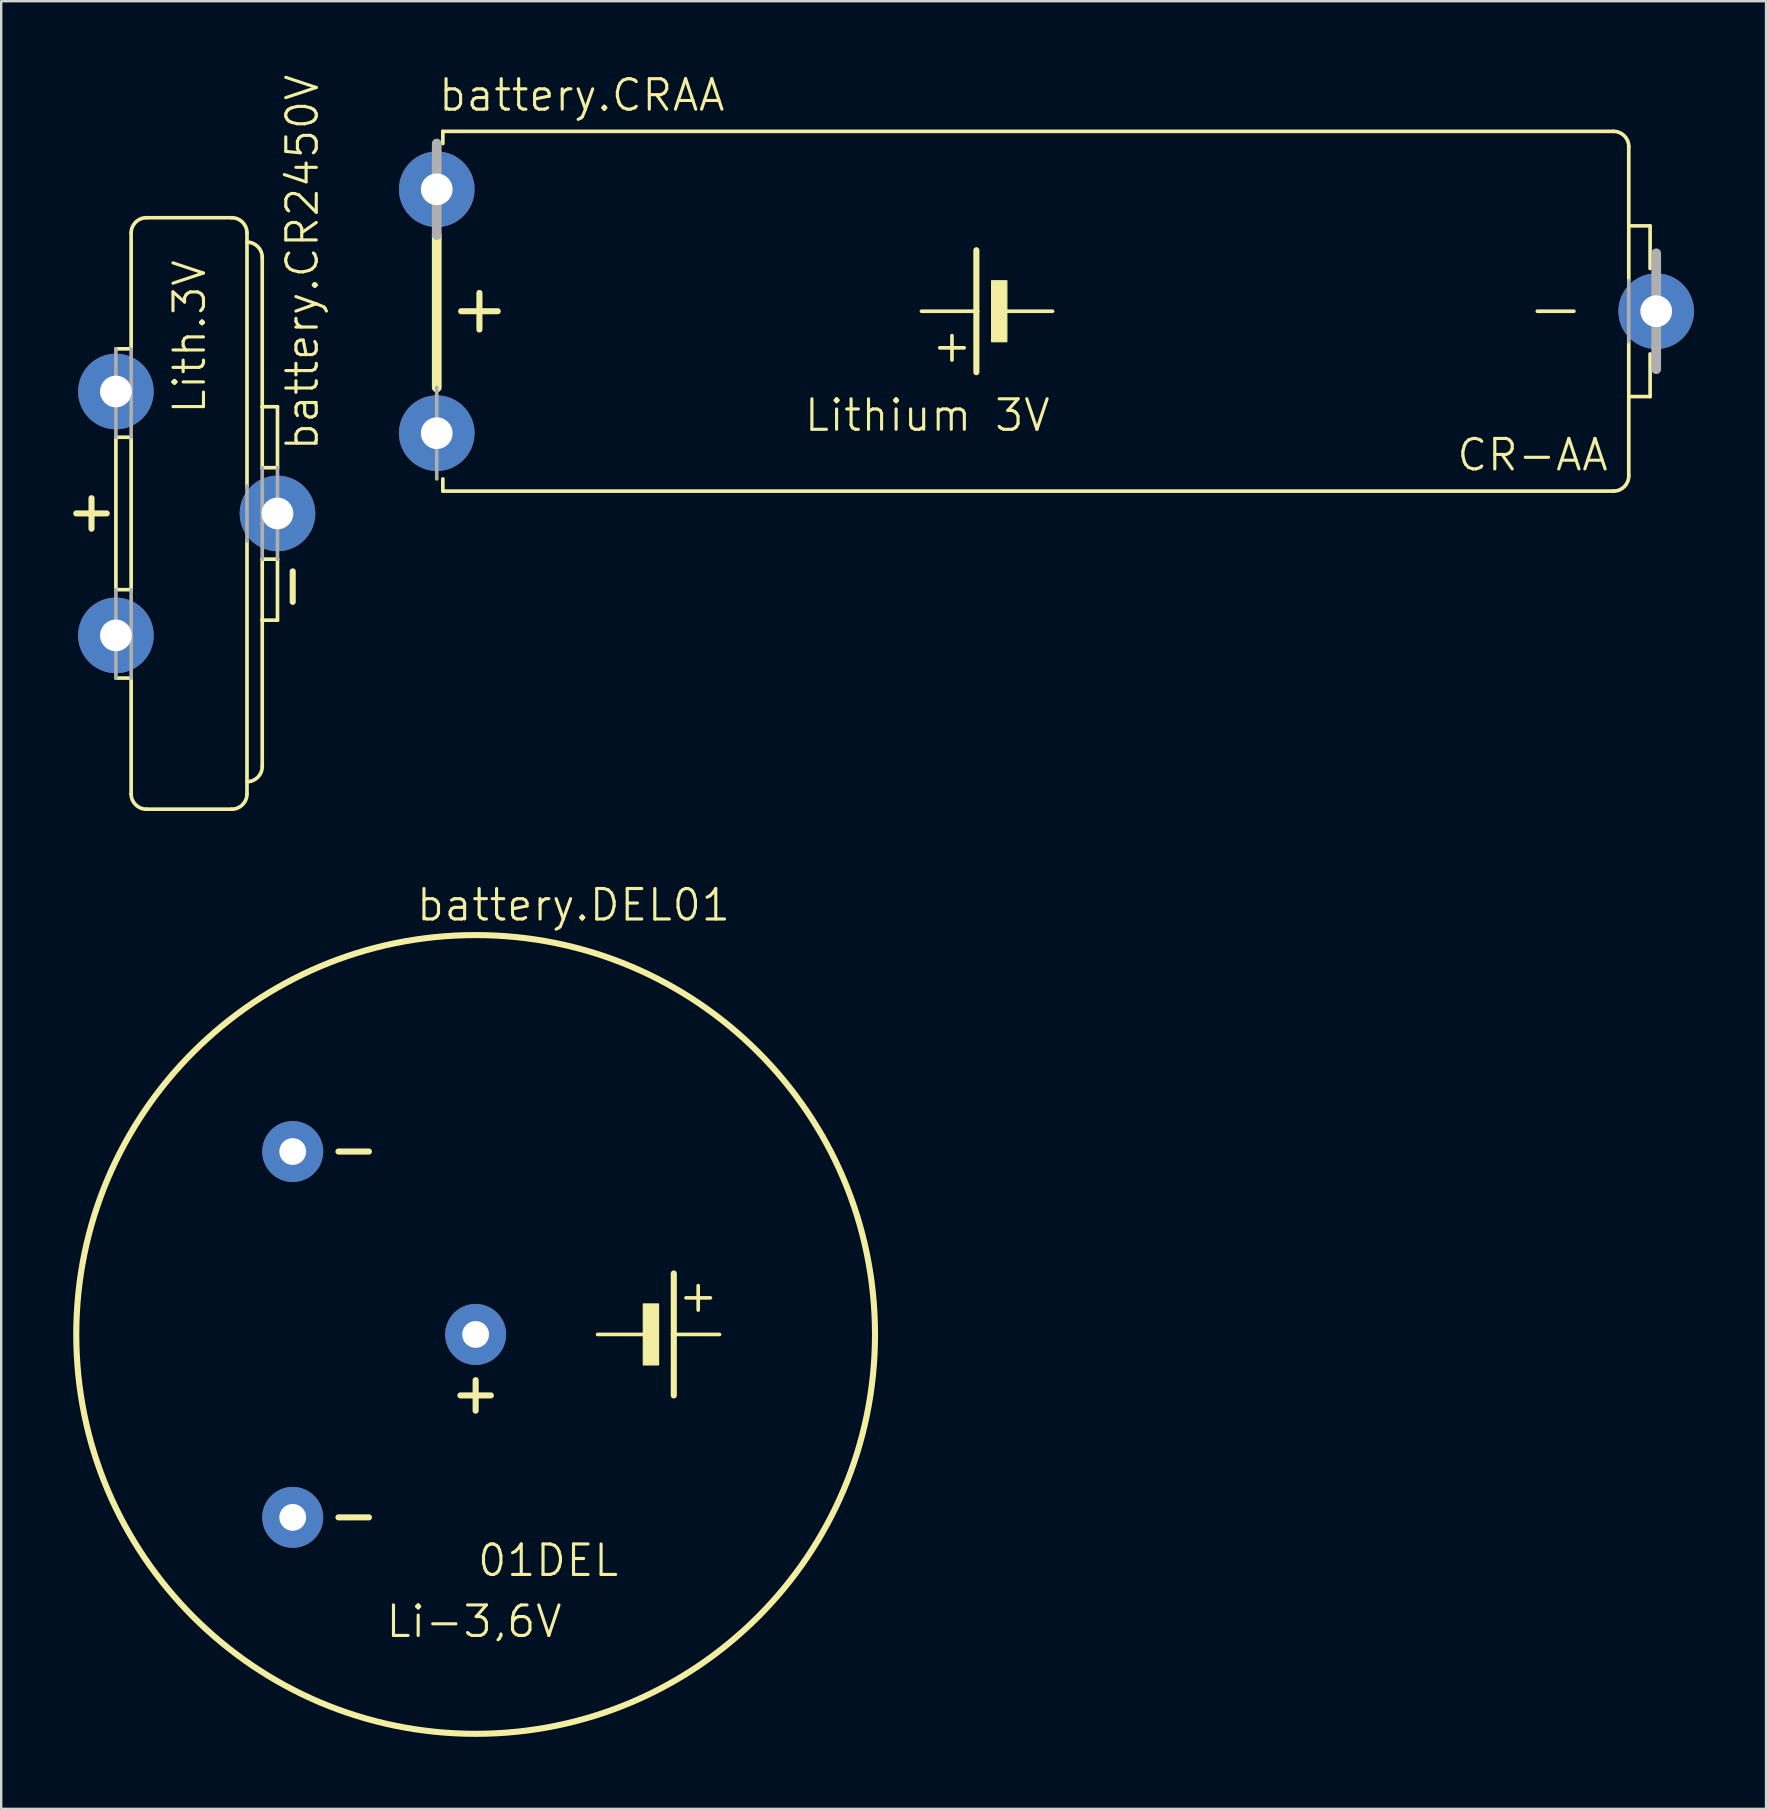
<source format=kicad_pcb>
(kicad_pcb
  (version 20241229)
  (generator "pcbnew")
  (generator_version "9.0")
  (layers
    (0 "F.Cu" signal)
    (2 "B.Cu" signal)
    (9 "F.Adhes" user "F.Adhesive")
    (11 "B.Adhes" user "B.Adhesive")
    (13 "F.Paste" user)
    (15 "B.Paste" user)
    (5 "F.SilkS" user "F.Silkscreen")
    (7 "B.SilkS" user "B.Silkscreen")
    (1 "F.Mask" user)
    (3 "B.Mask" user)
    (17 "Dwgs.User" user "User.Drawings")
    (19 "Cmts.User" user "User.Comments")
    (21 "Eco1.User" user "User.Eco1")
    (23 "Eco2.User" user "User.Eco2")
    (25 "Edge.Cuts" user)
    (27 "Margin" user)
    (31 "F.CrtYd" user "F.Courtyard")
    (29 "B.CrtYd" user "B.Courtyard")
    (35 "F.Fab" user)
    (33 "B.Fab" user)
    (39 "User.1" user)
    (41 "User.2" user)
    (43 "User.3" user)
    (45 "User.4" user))
  (footprint "battery.CRAA"
    (layer "F.Cu")
    (at 40.544 9.915)
    (property "Reference" "battery.CRAA" (at -25.4 -8.255 0) (layer "F.SilkS") (effects (font (size 1.27 1.27) (thickness 0.13)) (justify left bottom)))
    (attr through_hole)
    (fp_line (start -25.4 3.175) (end -25.4 -3.175) (stroke (width 0.406) (type default)) (layer "F.SilkS"))
    (fp_line (start -25.146 -6.985) (end -25.146 -7.493) (stroke (width 0.152) (type default)) (layer "F.SilkS"))
    (fp_line (start -25.146 7.493) (end -25.146 6.985) (stroke (width 0.152) (type default)) (layer "F.SilkS"))
    (fp_line (start -24.384 0) (end -22.86 0) (stroke (width 0.254) (type default)) (layer "F.SilkS"))
    (fp_line (start -23.622 0.762) (end -23.622 -0.762) (stroke (width 0.254) (type default)) (layer "F.SilkS"))
    (fp_line (start -3.937 2.032) (end -3.937 1.016) (stroke (width 0.152) (type default)) (layer "F.SilkS"))
    (fp_line (start -3.429 1.524) (end -4.445 1.524) (stroke (width 0.152) (type default)) (layer "F.SilkS"))
    (fp_line (start -2.921 0) (end -5.207 0) (stroke (width 0.152) (type default)) (layer "F.SilkS"))
    (fp_line (start -2.921 0) (end -2.921 -2.54) (stroke (width 0.254) (type default)) (layer "F.SilkS"))
    (fp_line (start -2.921 2.54) (end -2.921 0) (stroke (width 0.254) (type default)) (layer "F.SilkS"))
    (fp_line (start 0.254 0) (end -1.651 0) (stroke (width 0.152) (type default)) (layer "F.SilkS"))
    (fp_line (start 20.447 0) (end 21.971 0) (stroke (width 0.152) (type default)) (layer "F.SilkS"))
    (fp_line (start 23.622 -7.493) (end -25.146 -7.493) (stroke (width 0.152) (type default)) (layer "F.SilkS"))
    (fp_line (start 23.622 7.493) (end -25.146 7.493) (stroke (width 0.152) (type default)) (layer "F.SilkS"))
    (fp_line (start 24.257 -3.556) (end 24.257 -6.858) (stroke (width 0.152) (type default)) (layer "F.SilkS"))
    (fp_line (start 24.257 -1.27) (end 24.257 -3.556) (stroke (width 0.152) (type default)) (layer "F.SilkS"))
    (fp_line (start 24.257 3.556) (end 24.257 1.27) (stroke (width 0.152) (type default)) (layer "F.SilkS"))
    (fp_line (start 24.257 6.858) (end 24.257 3.556) (stroke (width 0.152) (type default)) (layer "F.SilkS"))
    (fp_line (start 25.146 -3.556) (end 24.257 -3.556) (stroke (width 0.152) (type default)) (layer "F.SilkS"))
    (fp_line (start 25.146 -1.778) (end 25.146 -3.556) (stroke (width 0.152) (type default)) (layer "F.SilkS"))
    (fp_line (start 25.146 3.556) (end 24.257 3.556) (stroke (width 0.152) (type default)) (layer "F.SilkS"))
    (fp_line (start 25.146 3.556) (end 25.146 1.778) (stroke (width 0.152) (type default)) (layer "F.SilkS"))
    (fp_rect (start -2.286 1.27) (end -1.651 -1.27) (stroke (width 0.05) (type default)) (fill yes) (layer "F.SilkS"))
    (fp_arc (start 23.622 -7.493) (mid 24.071013 -7.307013) (end 24.257 -6.858) (stroke (width 0.1524) (type default)) (layer "F.SilkS"))
    (fp_arc (start 24.257 6.858) (mid 24.071013 7.307013) (end 23.622 7.493) (stroke (width 0.1524) (type default)) (layer "F.SilkS"))
    (fp_line (start -25.4 -3.175) (end -25.4 -6.985) (stroke (width 0.406) (type default)) (layer "F.Fab"))
    (fp_line (start -25.4 6.985) (end -25.4 3.175) (stroke (width 0.152) (type default)) (layer "F.Fab"))
    (fp_line (start 24.257 1.27) (end 24.257 -1.27) (stroke (width 0.152) (type default)) (layer "F.Fab"))
    (fp_line (start 25.4 2.413) (end 25.4 -2.413) (stroke (width 0.406) (type default)) (layer "F.Fab"))
    (fp_text user "Lithium 3V" (at -10.16 5.08 0) (layer "F.SilkS") (effects (font (size 1.27 1.27) (thickness 0.13)) (justify left bottom)))
    (fp_text user "CR-AA" (at 17.018 6.731 0) (layer "F.SilkS") (effects (font (size 1.27 1.27) (thickness 0.13)) (justify left bottom)))
    (pad "+" thru_hole circle (at -25.4 5.08) (size 3.15 3.15) (drill 1.321) (layers "*.Cu" "*.Mask"))
    (pad "+@1" thru_hole circle (at -25.4 -5.08) (size 3.15 3.15) (drill 1.321) (layers "*.Cu" "*.Mask"))
    (pad "-" thru_hole circle (at 25.4 0) (size 3.15 3.15) (drill 1.321) (layers "*.Cu" "*.Mask")))
  (footprint "battery.DEL01"
    (layer "F.Cu")
    (at 16.764 52.54)
    (property "Reference" "battery.DEL01" (at -2.54 -17.145 0) (layer "F.SilkS") (effects (font (size 1.27 1.27) (thickness 0.13)) (justify left bottom)))
    (attr through_hole)
    (fp_line (start -5.715 -7.62) (end -4.445 -7.62) (stroke (width 0.254) (type default)) (layer "F.SilkS"))
    (fp_line (start -5.715 7.62) (end -4.445 7.62) (stroke (width 0.254) (type default)) (layer "F.SilkS"))
    (fp_line (start -0.635 2.54) (end 0.635 2.54) (stroke (width 0.254) (type default)) (layer "F.SilkS"))
    (fp_line (start 0 1.905) (end 0 3.175) (stroke (width 0.254) (type default)) (layer "F.SilkS"))
    (fp_line (start 5.08 0) (end 6.985 0) (stroke (width 0.152) (type default)) (layer "F.SilkS"))
    (fp_line (start 8.255 -2.54) (end 8.255 0) (stroke (width 0.254) (type default)) (layer "F.SilkS"))
    (fp_line (start 8.255 0) (end 8.255 2.54) (stroke (width 0.254) (type default)) (layer "F.SilkS"))
    (fp_line (start 8.255 0) (end 10.16 0) (stroke (width 0.152) (type default)) (layer "F.SilkS"))
    (fp_line (start 8.763 -1.524) (end 9.779 -1.524) (stroke (width 0.152) (type default)) (layer "F.SilkS"))
    (fp_line (start 9.271 -2.032) (end 9.271 -1.016) (stroke (width 0.152) (type default)) (layer "F.SilkS"))
    (fp_rect (start 6.985 1.27) (end 7.62 -1.27) (stroke (width 0.05) (type default)) (fill yes) (layer "F.SilkS"))
    (fp_circle (center 0 0) (end 16.637 0) (stroke (width 0.254) (type default)) (fill no) (layer "F.SilkS"))
    (fp_text user "01DEL" (at 0 10.16 0) (layer "F.SilkS") (effects (font (size 1.27 1.27) (thickness 0.13)) (justify left bottom)))
    (fp_text user "Li-3,6V" (at -3.81 12.7 0) (layer "F.SilkS") (effects (font (size 1.27 1.27) (thickness 0.13)) (justify left bottom)))
    (pad "+" thru_hole circle (at 0 0) (size 2.54 2.54) (drill 1.118) (layers "*.Cu" "*.Mask"))
    (pad "-" thru_hole circle (at -7.62 7.62) (size 2.54 2.54) (drill 1.118) (layers "*.Cu" "*.Mask"))
    (pad "-@1" thru_hole circle (at -7.62 -7.62) (size 2.54 2.54) (drill 1.118) (layers "*.Cu" "*.Mask")))
  (footprint "battery.CR2450V"
    (layer "F.Cu")
    (at 4.318 18.339)
    (property "Reference" "battery.CR2450V" (at 5.969 -2.54 90) (layer "F.SilkS") (effects (font (size 1.27 1.27) (thickness 0.13)) (justify left bottom)))
    (attr through_hole)
    (fp_line (start -4.191 0) (end -2.921 0) (stroke (width 0.254) (type default)) (layer "F.SilkS"))
    (fp_line (start -3.556 -0.635) (end -3.556 0.635) (stroke (width 0.254) (type default)) (layer "F.SilkS"))
    (fp_line (start -2.54 3.175) (end -2.54 -3.175) (stroke (width 0.152) (type default)) (layer "F.SilkS"))
    (fp_line (start -1.905 -6.858) (end -2.54 -6.858) (stroke (width 0.152) (type default)) (layer "F.SilkS"))
    (fp_line (start -1.905 -6.858) (end -1.905 -11.684) (stroke (width 0.152) (type default)) (layer "F.SilkS"))
    (fp_line (start -1.905 -3.175) (end -2.54 -3.175) (stroke (width 0.152) (type default)) (layer "F.SilkS"))
    (fp_line (start -1.905 3.175) (end -2.54 3.175) (stroke (width 0.152) (type default)) (layer "F.SilkS"))
    (fp_line (start -1.905 3.175) (end -1.905 -3.175) (stroke (width 0.152) (type default)) (layer "F.SilkS"))
    (fp_line (start -1.905 6.858) (end -2.54 6.858) (stroke (width 0.152) (type default)) (layer "F.SilkS"))
    (fp_line (start -1.905 11.684) (end -1.905 6.858) (stroke (width 0.152) (type default)) (layer "F.SilkS"))
    (fp_line (start -1.27 -12.319) (end 2.286 -12.319) (stroke (width 0.152) (type default)) (layer "F.SilkS"))
    (fp_line (start -1.27 12.319) (end 2.286 12.319) (stroke (width 0.152) (type default)) (layer "F.SilkS"))
    (fp_line (start 2.921 -1.143) (end 2.921 -11.684) (stroke (width 0.152) (type default)) (layer "F.SilkS"))
    (fp_line (start 2.921 11.684) (end 2.921 1.143) (stroke (width 0.152) (type default)) (layer "F.SilkS"))
    (fp_line (start 3.556 -4.445) (end 3.556 -10.668) (stroke (width 0.152) (type default)) (layer "F.SilkS"))
    (fp_line (start 3.556 -1.905) (end 3.556 -4.445) (stroke (width 0.152) (type default)) (layer "F.SilkS"))
    (fp_line (start 3.556 1.905) (end 3.556 4.445) (stroke (width 0.152) (type default)) (layer "F.SilkS"))
    (fp_line (start 3.556 4.445) (end 3.556 10.541) (stroke (width 0.152) (type default)) (layer "F.SilkS"))
    (fp_line (start 4.191 -4.445) (end 3.556 -4.445) (stroke (width 0.152) (type default)) (layer "F.SilkS"))
    (fp_line (start 4.191 -1.905) (end 3.556 -1.905) (stroke (width 0.152) (type default)) (layer "F.SilkS"))
    (fp_line (start 4.191 -1.905) (end 4.191 -4.445) (stroke (width 0.152) (type default)) (layer "F.SilkS"))
    (fp_line (start 4.191 1.905) (end 3.556 1.905) (stroke (width 0.152) (type default)) (layer "F.SilkS"))
    (fp_line (start 4.191 1.905) (end 4.191 4.445) (stroke (width 0.152) (type default)) (layer "F.SilkS"))
    (fp_line (start 4.191 4.445) (end 3.556 4.445) (stroke (width 0.152) (type default)) (layer "F.SilkS"))
    (fp_line (start 4.826 2.413) (end 4.826 3.683) (stroke (width 0.254) (type default)) (layer "F.SilkS"))
    (fp_arc (start -1.905 -11.684) (mid -1.719013 -12.133013) (end -1.27 -12.319) (stroke (width 0.1524) (type default)) (layer "F.SilkS"))
    (fp_arc (start -1.27 12.319) (mid -1.719013 12.133013) (end -1.905 11.684) (stroke (width 0.1524) (type default)) (layer "F.SilkS"))
    (fp_arc (start 2.286 -12.319) (mid 2.735013 -12.133013) (end 2.921 -11.684) (stroke (width 0.1524) (type default)) (layer "F.SilkS"))
    (fp_arc (start 2.921 -11.303) (mid 3.370013 -11.117013) (end 3.556 -10.668) (stroke (width 0.1524) (type default)) (layer "F.SilkS"))
    (fp_arc (start 2.921 11.684) (mid 2.735013 12.133013) (end 2.286 12.319) (stroke (width 0.1524) (type default)) (layer "F.SilkS"))
    (fp_arc (start 3.556 10.541) (mid 3.370013 10.990013) (end 2.921 11.176) (stroke (width 0.1524) (type default)) (layer "F.SilkS"))
    (fp_line (start -2.54 -3.175) (end -2.54 -6.858) (stroke (width 0.152) (type default)) (layer "F.Fab"))
    (fp_line (start -2.54 6.858) (end -2.54 3.175) (stroke (width 0.152) (type default)) (layer "F.Fab"))
    (fp_line (start -1.905 -3.175) (end -1.905 -6.858) (stroke (width 0.152) (type default)) (layer "F.Fab"))
    (fp_line (start -1.905 6.858) (end -1.905 3.175) (stroke (width 0.152) (type default)) (layer "F.Fab"))
    (fp_line (start 2.921 -1.143) (end 2.921 1.143) (stroke (width 0.152) (type default)) (layer "F.Fab"))
    (fp_line (start 3.556 1.905) (end 3.556 -1.905) (stroke (width 0.152) (type default)) (layer "F.Fab"))
    (fp_line (start 4.191 1.905) (end 4.191 -1.905) (stroke (width 0.152) (type default)) (layer "F.Fab"))
    (fp_text user "Lith.3V" (at 1.27 -4.064 90) (layer "F.SilkS") (effects (font (size 1.27 1.27) (thickness 0.13)) (justify left bottom)))
    (pad "+" thru_hole circle (at -2.54 5.08) (size 3.15 3.15) (drill 1.321) (layers "*.Cu" "*.Mask"))
    (pad "+@1" thru_hole circle (at -2.54 -5.08) (size 3.15 3.15) (drill 1.321) (layers "*.Cu" "*.Mask"))
    (pad "-" thru_hole circle (at 4.191 0) (size 3.15 3.15) (drill 1.321) (layers "*.Cu" "*.Mask")))
  (gr_rect
    (start -3 -3)
    (end 70.519 72.304)
    (stroke (width 0.1) (type default))
    (fill no)
    (layer "Edge.Cuts")))
</source>
